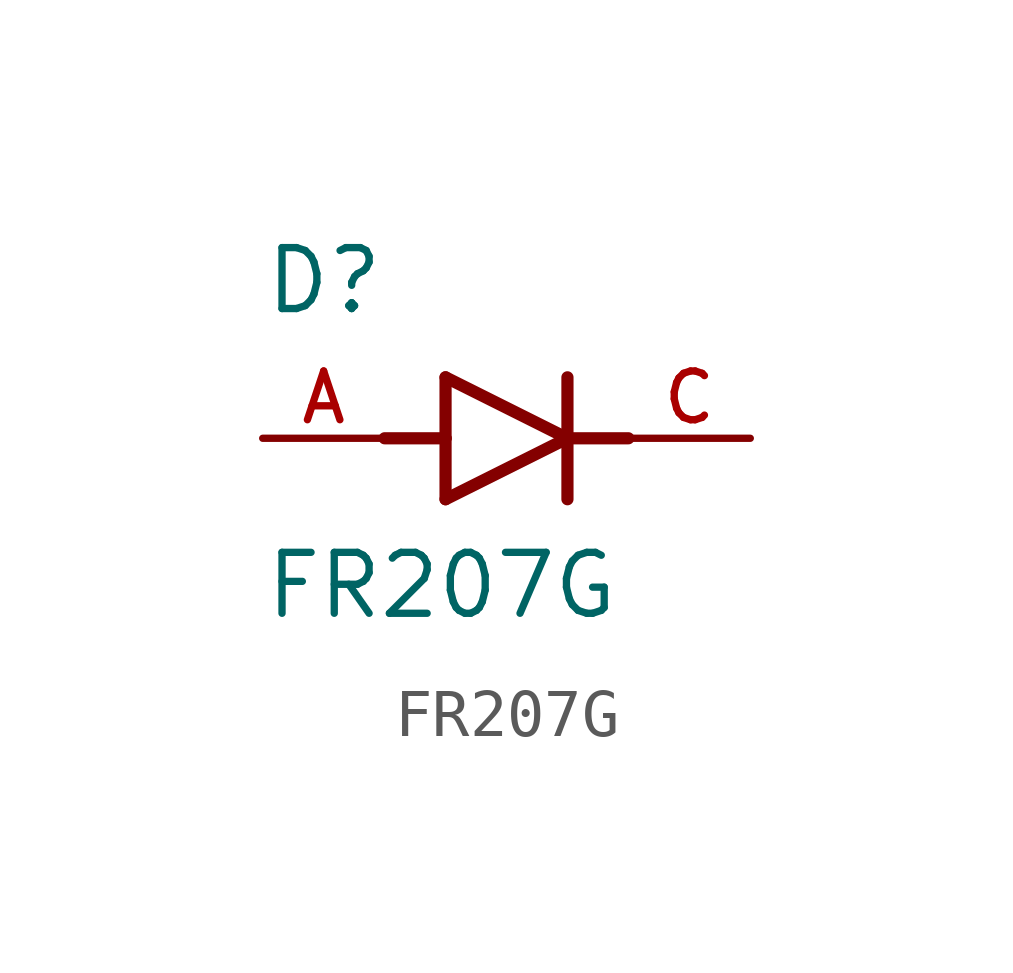
<source format=kicad_sym>
(kicad_symbol_lib
  (version 20211014)
  (generator kicad_symbol_editor)
  (symbol "FR207G"
    (pin_names
      (offset 1.016))
    (property "Reference" "D"
      (at -5.08 2.54 0)
      (effects (font (size 1.27 1.27)) (justify bottom left)))
    (property "Value" "FR207G"
      (at -5.08 -3.81 0)
      (effects (font (size 1.27 1.27)) (justify bottom left)))
    (symbol "FR207G_0_0"
      (polyline (pts (xy -1.27 -1.27) (xy 1.27 0.0)) (stroke (width 0.254)))
      (polyline (pts (xy 1.27 0.0) (xy -1.27 1.27)) (stroke (width 0.254)))
      (polyline (pts (xy 1.27 1.27) (xy 1.27 0.0)) (stroke (width 0.254)))
      (polyline (pts (xy -1.27 1.27) (xy -1.27 0.0)) (stroke (width 0.254)))
      (polyline (pts (xy -1.27 0.0) (xy -1.27 -1.27)) (stroke (width 0.254)))
      (polyline (pts (xy 1.27 0.0) (xy 1.27 -1.27)) (stroke (width 0.254)))
      (polyline (pts (xy -2.54 0.0) (xy -1.27 0.0)) (stroke (width 0.254)))
      (polyline (pts (xy 1.27 0.0) (xy 2.54 0.0)) (stroke (width 0.254)))
      (pin passive line (at 5.08 0.0 180.0) (length 2.54) (name "~" (effects (font (size 1.016 1.016)))) (number "C" (effects (font (size 1.016 1.016)))))
      (pin passive line (at -5.08 0.0 0) (length 2.54) (name "~" (effects (font (size 1.016 1.016)))) (number "A" (effects (font (size 1.016 1.016))))))))
</source>
